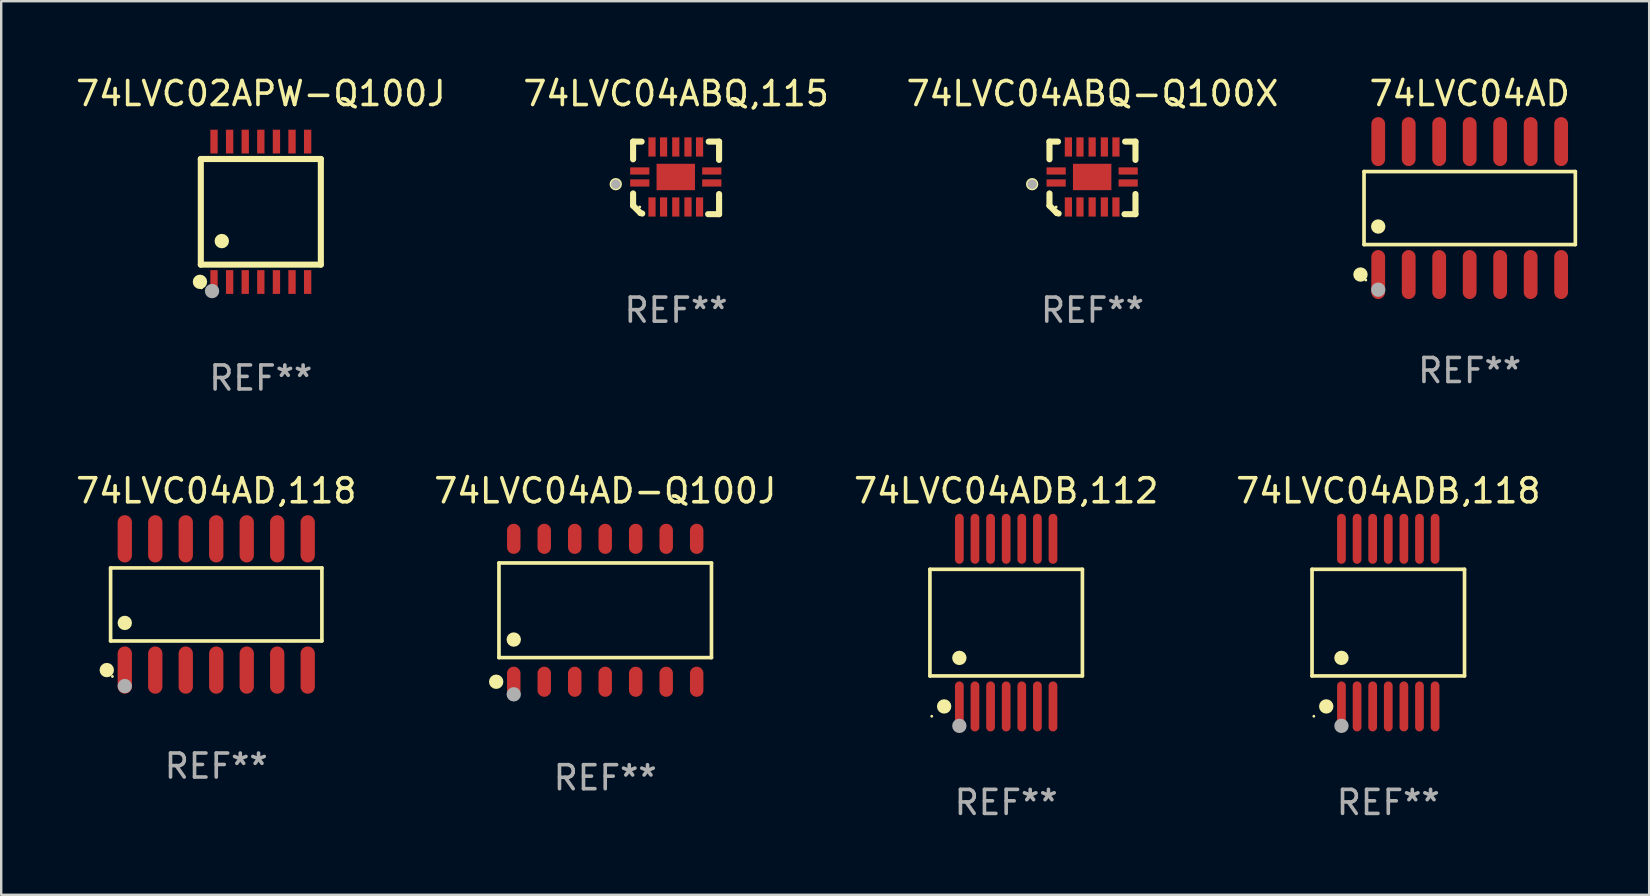
<source format=kicad_pcb>
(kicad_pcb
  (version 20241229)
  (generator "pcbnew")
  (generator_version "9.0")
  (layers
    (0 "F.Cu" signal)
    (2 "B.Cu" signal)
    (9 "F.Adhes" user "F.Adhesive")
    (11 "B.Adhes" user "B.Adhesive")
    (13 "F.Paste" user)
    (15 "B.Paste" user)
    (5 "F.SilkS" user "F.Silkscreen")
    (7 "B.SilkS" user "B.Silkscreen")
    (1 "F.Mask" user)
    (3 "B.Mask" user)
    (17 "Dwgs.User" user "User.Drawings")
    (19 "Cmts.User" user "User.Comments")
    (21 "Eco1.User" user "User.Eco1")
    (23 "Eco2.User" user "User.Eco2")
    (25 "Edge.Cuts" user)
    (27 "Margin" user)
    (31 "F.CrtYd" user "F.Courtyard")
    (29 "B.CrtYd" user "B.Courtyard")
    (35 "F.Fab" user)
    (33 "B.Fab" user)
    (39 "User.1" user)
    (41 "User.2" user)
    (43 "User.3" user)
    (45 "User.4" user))
  (footprint "74LVC04AD-Q100J"
    (layer "F.Cu")
    (at 22.161 22.372)
    (property "Reference" "74LVC04AD-Q100J" (at 0 -4.977 0) (layer "F.SilkS") (effects (font (size 1 1) (thickness 0.15))))
    (attr through_hole)
    (fp_line (start -4.426 -1.971) (end 4.426 -1.971) (stroke (width 0.152) (type solid)) (layer "F.SilkS"))
    (fp_line (start -4.426 1.971) (end -4.426 -1.971) (stroke (width 0.152) (type solid)) (layer "F.SilkS"))
    (fp_line (start 4.426 -1.971) (end 4.426 1.971) (stroke (width 0.152) (type solid)) (layer "F.SilkS"))
    (fp_line (start 4.426 1.971) (end -4.426 1.971) (stroke (width 0.152) (type solid)) (layer "F.SilkS"))
    (fp_circle (center -4.542 2.977) (end -4.392 2.977) (stroke (width 0.3) (type solid)) (fill no) (layer "F.SilkS"))
    (fp_circle (center -4.35 3.1) (end -4.32 3.1) (stroke (width 0.06) (type solid)) (fill no) (layer "F.SilkS"))
    (fp_circle (center -3.81 1.219) (end -3.66 1.219) (stroke (width 0.3) (type solid)) (fill no) (layer "F.SilkS"))
    (fp_circle (center -3.81 3.5) (end -3.66 3.5) (stroke (width 0.3) (type solid)) (fill no) (layer "F.Fab"))
    (fp_text user "REF**" (at 0 6.977 0) (layer "F.Fab") (effects (font (size 1 1) (thickness 0.15))))
    (pad "1" smd oval (at -3.81 2.977) (size 0.56 1.255) (layers "F.Cu" "F.Mask" "F.Paste"))
    (pad "2" smd oval (at -2.54 2.977) (size 0.56 1.255) (layers "F.Cu" "F.Mask" "F.Paste"))
    (pad "3" smd oval (at -1.27 2.977) (size 0.56 1.255) (layers "F.Cu" "F.Mask" "F.Paste"))
    (pad "4" smd oval (at 0 2.977) (size 0.56 1.255) (layers "F.Cu" "F.Mask" "F.Paste"))
    (pad "5" smd oval (at 1.27 2.977) (size 0.56 1.255) (layers "F.Cu" "F.Mask" "F.Paste"))
    (pad "6" smd oval (at 2.54 2.977) (size 0.56 1.255) (layers "F.Cu" "F.Mask" "F.Paste"))
    (pad "7" smd oval (at 3.81 2.977) (size 0.56 1.255) (layers "F.Cu" "F.Mask" "F.Paste"))
    (pad "8" smd oval (at 3.81 -2.977) (size 0.56 1.255) (layers "F.Cu" "F.Mask" "F.Paste"))
    (pad "9" smd oval (at 2.54 -2.977) (size 0.56 1.255) (layers "F.Cu" "F.Mask" "F.Paste"))
    (pad "10" smd oval (at 1.27 -2.977) (size 0.56 1.255) (layers "F.Cu" "F.Mask" "F.Paste"))
    (pad "11" smd oval (at 0 -2.977) (size 0.56 1.255) (layers "F.Cu" "F.Mask" "F.Paste"))
    (pad "12" smd oval (at -1.27 -2.977) (size 0.56 1.255) (layers "F.Cu" "F.Mask" "F.Paste"))
    (pad "13" smd oval (at -2.54 -2.977) (size 0.56 1.255) (layers "F.Cu" "F.Mask" "F.Paste"))
    (pad "14" smd oval (at -3.81 -2.977) (size 0.56 1.255) (layers "F.Cu" "F.Mask" "F.Paste")))
  (footprint "74LVC04AD"
    (layer "F.Cu")
    (at 58.171 5.617)
    (property "Reference" "74LVC04AD" (at 0 -4.769 0) (layer "F.SilkS") (effects (font (size 1 1) (thickness 0.15))))
    (attr through_hole)
    (fp_line (start -4.401 -1.521) (end 4.401 -1.521) (stroke (width 0.152) (type solid)) (layer "F.SilkS"))
    (fp_line (start -4.401 1.521) (end -4.401 -1.521) (stroke (width 0.152) (type solid)) (layer "F.SilkS"))
    (fp_line (start 4.401 -1.521) (end 4.401 1.521) (stroke (width 0.152) (type solid)) (layer "F.SilkS"))
    (fp_line (start 4.401 1.521) (end -4.401 1.521) (stroke (width 0.152) (type solid)) (layer "F.SilkS"))
    (fp_circle (center -4.549 2.769) (end -4.399 2.769) (stroke (width 0.3) (type solid)) (fill no) (layer "F.SilkS"))
    (fp_circle (center -4.325 3) (end -4.295 3) (stroke (width 0.06) (type solid)) (fill no) (layer "F.SilkS"))
    (fp_circle (center -3.81 0.769) (end -3.66 0.769) (stroke (width 0.3) (type solid)) (fill no) (layer "F.SilkS"))
    (fp_circle (center -3.81 3.4) (end -3.66 3.4) (stroke (width 0.3) (type solid)) (fill no) (layer "F.Fab"))
    (fp_text user "REF**" (at 0 6.769 0) (layer "F.Fab") (effects (font (size 1 1) (thickness 0.15))))
    (pad "1" smd oval (at -3.81 2.769) (size 0.574 2.038) (layers "F.Cu" "F.Mask" "F.Paste"))
    (pad "2" smd oval (at -2.54 2.769) (size 0.574 2.038) (layers "F.Cu" "F.Mask" "F.Paste"))
    (pad "3" smd oval (at -1.27 2.769) (size 0.574 2.038) (layers "F.Cu" "F.Mask" "F.Paste"))
    (pad "4" smd oval (at 0 2.769) (size 0.574 2.038) (layers "F.Cu" "F.Mask" "F.Paste"))
    (pad "5" smd oval (at 1.27 2.769) (size 0.574 2.038) (layers "F.Cu" "F.Mask" "F.Paste"))
    (pad "6" smd oval (at 2.54 2.769) (size 0.574 2.038) (layers "F.Cu" "F.Mask" "F.Paste"))
    (pad "7" smd oval (at 3.81 2.769) (size 0.574 2.038) (layers "F.Cu" "F.Mask" "F.Paste"))
    (pad "8" smd oval (at 3.81 -2.769) (size 0.574 2.038) (layers "F.Cu" "F.Mask" "F.Paste"))
    (pad "9" smd oval (at 2.54 -2.769) (size 0.574 2.038) (layers "F.Cu" "F.Mask" "F.Paste"))
    (pad "10" smd oval (at 1.27 -2.769) (size 0.574 2.038) (layers "F.Cu" "F.Mask" "F.Paste"))
    (pad "11" smd oval (at 0 -2.769) (size 0.574 2.038) (layers "F.Cu" "F.Mask" "F.Paste"))
    (pad "12" smd oval (at -1.27 -2.769) (size 0.574 2.038) (layers "F.Cu" "F.Mask" "F.Paste"))
    (pad "13" smd oval (at -2.54 -2.769) (size 0.574 2.038) (layers "F.Cu" "F.Mask" "F.Paste"))
    (pad "14" smd oval (at -3.81 -2.769) (size 0.574 2.038) (layers "F.Cu" "F.Mask" "F.Paste")))
  (footprint "74LVC02APW-Q100J"
    (layer "F.Cu")
    (at 7.815 5.773)
    (property "Reference" "74LVC02APW-Q100J" (at 0 -4.925 0) (layer "F.SilkS") (effects (font (size 1 1) (thickness 0.15))))
    (attr through_hole)
    (fp_line (start -2.5 2.2) (end -2.5 -2.2) (stroke (width 0.254) (type solid)) (layer "F.SilkS"))
    (fp_line (start -2.5 2.2) (end 2.5 2.2) (stroke (width 0.254) (type solid)) (layer "F.SilkS"))
    (fp_line (start 2.5 -2.2) (end -2.5 -2.2) (stroke (width 0.254) (type solid)) (layer "F.SilkS"))
    (fp_line (start 2.5 -2.2) (end 2.5 2.2) (stroke (width 0.254) (type solid)) (layer "F.SilkS"))
    (fp_circle (center -2.536 2.917) (end -2.386 2.917) (stroke (width 0.3) (type solid)) (fill no) (layer "F.SilkS"))
    (fp_circle (center -2.47 3.17) (end -2.44 3.17) (stroke (width 0.06) (type solid)) (fill no) (layer "F.SilkS"))
    (fp_circle (center -1.626 1.219) (end -1.475 1.219) (stroke (width 0.3) (type solid)) (fill no) (layer "F.SilkS"))
    (fp_circle (center -2.032 3.302) (end -1.882 3.302) (stroke (width 0.3) (type solid)) (fill no) (layer "F.Fab"))
    (fp_text user "REF**" (at 0 6.925 0) (layer "F.Fab") (effects (font (size 1 1) (thickness 0.15))))
    (pad "1" smd rect (at -1.95 2.925) (size 0.305 0.991) (layers "F.Cu" "F.Mask" "F.Paste"))
    (pad "2" smd rect (at -1.3 2.925) (size 0.305 0.991) (layers "F.Cu" "F.Mask" "F.Paste"))
    (pad "3" smd rect (at -0.65 2.925) (size 0.305 0.991) (layers "F.Cu" "F.Mask" "F.Paste"))
    (pad "4" smd rect (at 0 2.925) (size 0.305 0.991) (layers "F.Cu" "F.Mask" "F.Paste"))
    (pad "5" smd rect (at 0.65 2.925) (size 0.305 0.991) (layers "F.Cu" "F.Mask" "F.Paste"))
    (pad "6" smd rect (at 1.3 2.925) (size 0.305 0.991) (layers "F.Cu" "F.Mask" "F.Paste"))
    (pad "7" smd rect (at 1.95 2.925) (size 0.305 0.991) (layers "F.Cu" "F.Mask" "F.Paste"))
    (pad "8" smd rect (at 1.95 -2.925) (size 0.305 0.991) (layers "F.Cu" "F.Mask" "F.Paste"))
    (pad "9" smd rect (at 1.3 -2.925) (size 0.305 0.991) (layers "F.Cu" "F.Mask" "F.Paste"))
    (pad "10" smd rect (at 0.65 -2.925) (size 0.305 0.991) (layers "F.Cu" "F.Mask" "F.Paste"))
    (pad "11" smd rect (at 0 -2.925) (size 0.305 0.991) (layers "F.Cu" "F.Mask" "F.Paste"))
    (pad "12" smd rect (at -0.65 -2.925) (size 0.305 0.991) (layers "F.Cu" "F.Mask" "F.Paste"))
    (pad "13" smd rect (at -1.3 -2.925) (size 0.305 0.991) (layers "F.Cu" "F.Mask" "F.Paste"))
    (pad "14" smd rect (at -1.95 -2.925) (size 0.305 0.991) (layers "F.Cu" "F.Mask" "F.Paste")))
  (footprint "74LVC04AD,118"
    (layer "F.Cu")
    (at 5.958 22.129)
    (property "Reference" "74LVC04AD,118" (at 0 -4.734 0) (layer "F.SilkS") (effects (font (size 1 1) (thickness 0.15))))
    (attr through_hole)
    (fp_line (start -4.401 -1.521) (end 4.401 -1.521) (stroke (width 0.152) (type solid)) (layer "F.SilkS"))
    (fp_line (start -4.401 1.521) (end -4.401 -1.521) (stroke (width 0.152) (type solid)) (layer "F.SilkS"))
    (fp_line (start 4.401 -1.521) (end 4.401 1.521) (stroke (width 0.152) (type solid)) (layer "F.SilkS"))
    (fp_line (start 4.401 1.521) (end -4.401 1.521) (stroke (width 0.152) (type solid)) (layer "F.SilkS"))
    (fp_circle (center -4.56 2.734) (end -4.41 2.734) (stroke (width 0.3) (type solid)) (fill no) (layer "F.SilkS"))
    (fp_circle (center -4.325 3) (end -4.295 3) (stroke (width 0.06) (type solid)) (fill no) (layer "F.SilkS"))
    (fp_circle (center -3.81 0.769) (end -3.66 0.769) (stroke (width 0.3) (type solid)) (fill no) (layer "F.SilkS"))
    (fp_circle (center -3.81 3.4) (end -3.66 3.4) (stroke (width 0.3) (type solid)) (fill no) (layer "F.Fab"))
    (fp_text user "REF**" (at 0 6.734 0) (layer "F.Fab") (effects (font (size 1 1) (thickness 0.15))))
    (pad "1" smd oval (at -3.81 2.734) (size 0.595 1.968) (layers "F.Cu" "F.Mask" "F.Paste"))
    (pad "2" smd oval (at -2.54 2.734) (size 0.595 1.968) (layers "F.Cu" "F.Mask" "F.Paste"))
    (pad "3" smd oval (at -1.27 2.734) (size 0.595 1.968) (layers "F.Cu" "F.Mask" "F.Paste"))
    (pad "4" smd oval (at 0 2.734) (size 0.595 1.968) (layers "F.Cu" "F.Mask" "F.Paste"))
    (pad "5" smd oval (at 1.27 2.734) (size 0.595 1.968) (layers "F.Cu" "F.Mask" "F.Paste"))
    (pad "6" smd oval (at 2.54 2.734) (size 0.595 1.968) (layers "F.Cu" "F.Mask" "F.Paste"))
    (pad "7" smd oval (at 3.81 2.734) (size 0.595 1.968) (layers "F.Cu" "F.Mask" "F.Paste"))
    (pad "8" smd oval (at 3.81 -2.734) (size 0.595 1.968) (layers "F.Cu" "F.Mask" "F.Paste"))
    (pad "9" smd oval (at 2.54 -2.734) (size 0.595 1.968) (layers "F.Cu" "F.Mask" "F.Paste"))
    (pad "10" smd oval (at 1.27 -2.734) (size 0.595 1.968) (layers "F.Cu" "F.Mask" "F.Paste"))
    (pad "11" smd oval (at 0 -2.734) (size 0.595 1.968) (layers "F.Cu" "F.Mask" "F.Paste"))
    (pad "12" smd oval (at -1.27 -2.734) (size 0.595 1.968) (layers "F.Cu" "F.Mask" "F.Paste"))
    (pad "13" smd oval (at -2.54 -2.734) (size 0.595 1.968) (layers "F.Cu" "F.Mask" "F.Paste"))
    (pad "14" smd oval (at -3.81 -2.734) (size 0.595 1.968) (layers "F.Cu" "F.Mask" "F.Paste")))
  (footprint "74LVC04ADB,112"
    (layer "F.Cu")
    (at 38.863 22.886)
    (property "Reference" "74LVC04ADB,112" (at 0 -5.491 0) (layer "F.SilkS") (effects (font (size 1 1) (thickness 0.15))))
    (attr through_hole)
    (fp_line (start -3.176 -2.221) (end 3.176 -2.221) (stroke (width 0.152) (type solid)) (layer "F.SilkS"))
    (fp_line (start -3.176 2.221) (end -3.176 -2.221) (stroke (width 0.152) (type solid)) (layer "F.SilkS"))
    (fp_line (start 3.176 -2.221) (end 3.176 2.221) (stroke (width 0.152) (type solid)) (layer "F.SilkS"))
    (fp_line (start 3.176 2.221) (end -3.176 2.221) (stroke (width 0.152) (type solid)) (layer "F.SilkS"))
    (fp_circle (center -3.1 3.9) (end -3.07 3.9) (stroke (width 0.06) (type solid)) (fill no) (layer "F.SilkS"))
    (fp_circle (center -2.584 3.491) (end -2.434 3.491) (stroke (width 0.3) (type solid)) (fill no) (layer "F.SilkS"))
    (fp_circle (center -1.95 1.469) (end -1.8 1.469) (stroke (width 0.3) (type solid)) (fill no) (layer "F.SilkS"))
    (fp_circle (center -1.95 4.3) (end -1.8 4.3) (stroke (width 0.3) (type solid)) (fill no) (layer "F.Fab"))
    (fp_text user "REF**" (at 0 7.491 0) (layer "F.Fab") (effects (font (size 1 1) (thickness 0.15))))
    (pad "1" smd oval (at -1.95 3.491) (size 0.364 2.082) (layers "F.Cu" "F.Mask" "F.Paste"))
    (pad "2" smd oval (at -1.3 3.491) (size 0.364 2.082) (layers "F.Cu" "F.Mask" "F.Paste"))
    (pad "3" smd oval (at -0.65 3.491) (size 0.364 2.082) (layers "F.Cu" "F.Mask" "F.Paste"))
    (pad "4" smd oval (at 0 3.491) (size 0.364 2.082) (layers "F.Cu" "F.Mask" "F.Paste"))
    (pad "5" smd oval (at 0.65 3.491) (size 0.364 2.082) (layers "F.Cu" "F.Mask" "F.Paste"))
    (pad "6" smd oval (at 1.3 3.491) (size 0.364 2.082) (layers "F.Cu" "F.Mask" "F.Paste"))
    (pad "7" smd oval (at 1.95 3.491) (size 0.364 2.082) (layers "F.Cu" "F.Mask" "F.Paste"))
    (pad "8" smd oval (at 1.95 -3.491) (size 0.364 2.082) (layers "F.Cu" "F.Mask" "F.Paste"))
    (pad "9" smd oval (at 1.3 -3.491) (size 0.364 2.082) (layers "F.Cu" "F.Mask" "F.Paste"))
    (pad "10" smd oval (at 0.65 -3.491) (size 0.364 2.082) (layers "F.Cu" "F.Mask" "F.Paste"))
    (pad "11" smd oval (at 0 -3.491) (size 0.364 2.082) (layers "F.Cu" "F.Mask" "F.Paste"))
    (pad "12" smd oval (at -0.65 -3.491) (size 0.364 2.082) (layers "F.Cu" "F.Mask" "F.Paste"))
    (pad "13" smd oval (at -1.3 -3.491) (size 0.364 2.082) (layers "F.Cu" "F.Mask" "F.Paste"))
    (pad "14" smd oval (at -1.95 -3.491) (size 0.364 2.082) (layers "F.Cu" "F.Mask" "F.Paste")))
  (footprint "74LVC04ABQ,115"
    (layer "F.Cu")
    (at 25.113 4.36)
    (property "Reference" "74LVC04ABQ,115" (at 0 -3.511 0) (layer "F.SilkS") (effects (font (size 1 1) (thickness 0.15))))
    (attr through_hole)
    (fp_line (start -1.791 -1.511) (end -1.435 -1.511) (stroke (width 0.254) (type solid)) (layer "F.SilkS"))
    (fp_line (start -1.791 -0.775) (end -1.791 -1.511) (stroke (width 0.254) (type solid)) (layer "F.SilkS"))
    (fp_line (start -1.791 1.156) (end -1.791 0.648) (stroke (width 0.254) (type solid)) (layer "F.SilkS"))
    (fp_line (start -1.486 1.461) (end -1.791 1.156) (stroke (width 0.254) (type solid)) (layer "F.SilkS"))
    (fp_line (start -1.41 1.486) (end -1.486 1.461) (stroke (width 0.254) (type solid)) (layer "F.SilkS"))
    (fp_line (start 1.334 1.511) (end 1.791 1.511) (stroke (width 0.254) (type solid)) (layer "F.SilkS"))
    (fp_line (start 1.791 -1.511) (end 1.359 -1.511) (stroke (width 0.254) (type solid)) (layer "F.SilkS"))
    (fp_line (start 1.791 -0.749) (end 1.791 -1.511) (stroke (width 0.254) (type solid)) (layer "F.SilkS"))
    (fp_line (start 1.791 1.511) (end 1.791 0.673) (stroke (width 0.254) (type solid)) (layer "F.SilkS"))
    (fp_circle (center -2.513 0.262) (end -2.383 0.262) (stroke (width 0.254) (type solid)) (fill no) (layer "F.SilkS"))
    (fp_circle (center -1.513 1.212) (end -1.483 1.212) (stroke (width 0.06) (type solid)) (fill no) (layer "F.SilkS"))
    (fp_circle (center -2.513 0.262) (end -2.413 0.262) (stroke (width 0.2) (type solid)) (fill no) (layer "F.Fab"))
    (fp_text user "REF**" (at 0 5.511 0) (layer "F.Fab") (effects (font (size 1 1) (thickness 0.15))))
    (pad "1" smd rect (at -1.513 0.212) (size 0.8 0.3) (layers "F.Cu" "F.Mask" "F.Paste"))
    (pad "2" smd rect (at -1.003 1.212) (size 0.3 0.8) (layers "F.Cu" "F.Mask" "F.Paste"))
    (pad "3" smd rect (at -0.521 1.212) (size 0.3 0.8) (layers "F.Cu" "F.Mask" "F.Paste"))
    (pad "4" smd rect (at -0.013 1.212) (size 0.3 0.8) (layers "F.Cu" "F.Mask" "F.Paste"))
    (pad "5" smd rect (at 0.495 1.212) (size 0.3 0.8) (layers "F.Cu" "F.Mask" "F.Paste"))
    (pad "6" smd rect (at 0.978 1.212) (size 0.3 0.8) (layers "F.Cu" "F.Mask" "F.Paste"))
    (pad "7" smd rect (at 1.487 0.212) (size 0.8 0.3) (layers "F.Cu" "F.Mask" "F.Paste"))
    (pad "8" smd rect (at 1.487 -0.288) (size 0.8 0.3) (layers "F.Cu" "F.Mask" "F.Paste"))
    (pad "9" smd rect (at 0.978 -1.288) (size 0.3 0.8) (layers "F.Cu" "F.Mask" "F.Paste"))
    (pad "10" smd rect (at 0.495 -1.288) (size 0.3 0.8) (layers "F.Cu" "F.Mask" "F.Paste"))
    (pad "11" smd rect (at -0.013 -1.288) (size 0.3 0.8) (layers "F.Cu" "F.Mask" "F.Paste"))
    (pad "12" smd rect (at -0.521 -1.288) (size 0.3 0.8) (layers "F.Cu" "F.Mask" "F.Paste"))
    (pad "13" smd rect (at -1.003 -1.288) (size 0.3 0.8) (layers "F.Cu" "F.Mask" "F.Paste"))
    (pad "14" smd rect (at -1.513 -0.288) (size 0.8 0.3) (layers "F.Cu" "F.Mask" "F.Paste"))
    (pad "15" smd rect (at -0.013 -0.038 90) (size 1.1 1.6) (layers "F.Cu" "F.Mask" "F.Paste")))
  (footprint "74LVC04ABQ-Q100X"
    (layer "F.Cu")
    (at 42.458 4.36)
    (property "Reference" "74LVC04ABQ-Q100X" (at 0 -3.511 0) (layer "F.SilkS") (effects (font (size 1 1) (thickness 0.15))))
    (attr through_hole)
    (fp_line (start -1.791 -1.511) (end -1.435 -1.511) (stroke (width 0.254) (type solid)) (layer "F.SilkS"))
    (fp_line (start -1.791 -0.775) (end -1.791 -1.511) (stroke (width 0.254) (type solid)) (layer "F.SilkS"))
    (fp_line (start -1.791 1.156) (end -1.791 0.648) (stroke (width 0.254) (type solid)) (layer "F.SilkS"))
    (fp_line (start -1.486 1.461) (end -1.791 1.156) (stroke (width 0.254) (type solid)) (layer "F.SilkS"))
    (fp_line (start -1.41 1.486) (end -1.486 1.461) (stroke (width 0.254) (type solid)) (layer "F.SilkS"))
    (fp_line (start 1.334 1.511) (end 1.791 1.511) (stroke (width 0.254) (type solid)) (layer "F.SilkS"))
    (fp_line (start 1.791 -1.511) (end 1.359 -1.511) (stroke (width 0.254) (type solid)) (layer "F.SilkS"))
    (fp_line (start 1.791 -0.749) (end 1.791 -1.511) (stroke (width 0.254) (type solid)) (layer "F.SilkS"))
    (fp_line (start 1.791 1.511) (end 1.791 0.673) (stroke (width 0.254) (type solid)) (layer "F.SilkS"))
    (fp_circle (center -2.513 0.262) (end -2.383 0.262) (stroke (width 0.254) (type solid)) (fill no) (layer "F.SilkS"))
    (fp_circle (center -1.513 1.212) (end -1.483 1.212) (stroke (width 0.06) (type solid)) (fill no) (layer "F.SilkS"))
    (fp_circle (center -2.513 0.262) (end -2.413 0.262) (stroke (width 0.2) (type solid)) (fill no) (layer "F.Fab"))
    (fp_text user "REF**" (at 0 5.511 0) (layer "F.Fab") (effects (font (size 1 1) (thickness 0.15))))
    (pad "1" smd rect (at -1.513 0.212) (size 0.8 0.3) (layers "F.Cu" "F.Mask" "F.Paste"))
    (pad "2" smd rect (at -1.003 1.212) (size 0.3 0.8) (layers "F.Cu" "F.Mask" "F.Paste"))
    (pad "3" smd rect (at -0.521 1.212) (size 0.3 0.8) (layers "F.Cu" "F.Mask" "F.Paste"))
    (pad "4" smd rect (at -0.013 1.212) (size 0.3 0.8) (layers "F.Cu" "F.Mask" "F.Paste"))
    (pad "5" smd rect (at 0.495 1.212) (size 0.3 0.8) (layers "F.Cu" "F.Mask" "F.Paste"))
    (pad "6" smd rect (at 0.978 1.212) (size 0.3 0.8) (layers "F.Cu" "F.Mask" "F.Paste"))
    (pad "7" smd rect (at 1.487 0.212) (size 0.8 0.3) (layers "F.Cu" "F.Mask" "F.Paste"))
    (pad "8" smd rect (at 1.487 -0.288) (size 0.8 0.3) (layers "F.Cu" "F.Mask" "F.Paste"))
    (pad "9" smd rect (at 0.978 -1.288) (size 0.3 0.8) (layers "F.Cu" "F.Mask" "F.Paste"))
    (pad "10" smd rect (at 0.495 -1.288) (size 0.3 0.8) (layers "F.Cu" "F.Mask" "F.Paste"))
    (pad "11" smd rect (at -0.013 -1.288) (size 0.3 0.8) (layers "F.Cu" "F.Mask" "F.Paste"))
    (pad "12" smd rect (at -0.521 -1.288) (size 0.3 0.8) (layers "F.Cu" "F.Mask" "F.Paste"))
    (pad "13" smd rect (at -1.003 -1.288) (size 0.3 0.8) (layers "F.Cu" "F.Mask" "F.Paste"))
    (pad "14" smd rect (at -1.513 -0.288) (size 0.8 0.3) (layers "F.Cu" "F.Mask" "F.Paste"))
    (pad "15" smd rect (at -0.013 -0.038 90) (size 1.1 1.6) (layers "F.Cu" "F.Mask" "F.Paste")))
  (footprint "74LVC04ADB,118"
    (layer "F.Cu")
    (at 54.78 22.886)
    (property "Reference" "74LVC04ADB,118" (at 0 -5.491 0) (layer "F.SilkS") (effects (font (size 1 1) (thickness 0.15))))
    (attr through_hole)
    (fp_line (start -3.176 -2.221) (end 3.176 -2.221) (stroke (width 0.152) (type solid)) (layer "F.SilkS"))
    (fp_line (start -3.176 2.221) (end -3.176 -2.221) (stroke (width 0.152) (type solid)) (layer "F.SilkS"))
    (fp_line (start 3.176 -2.221) (end 3.176 2.221) (stroke (width 0.152) (type solid)) (layer "F.SilkS"))
    (fp_line (start 3.176 2.221) (end -3.176 2.221) (stroke (width 0.152) (type solid)) (layer "F.SilkS"))
    (fp_circle (center -3.1 3.9) (end -3.07 3.9) (stroke (width 0.06) (type solid)) (fill no) (layer "F.SilkS"))
    (fp_circle (center -2.584 3.491) (end -2.434 3.491) (stroke (width 0.3) (type solid)) (fill no) (layer "F.SilkS"))
    (fp_circle (center -1.95 1.469) (end -1.8 1.469) (stroke (width 0.3) (type solid)) (fill no) (layer "F.SilkS"))
    (fp_circle (center -1.95 4.3) (end -1.8 4.3) (stroke (width 0.3) (type solid)) (fill no) (layer "F.Fab"))
    (fp_text user "REF**" (at 0 7.491 0) (layer "F.Fab") (effects (font (size 1 1) (thickness 0.15))))
    (pad "1" smd oval (at -1.95 3.491) (size 0.364 2.082) (layers "F.Cu" "F.Mask" "F.Paste"))
    (pad "2" smd oval (at -1.3 3.491) (size 0.364 2.082) (layers "F.Cu" "F.Mask" "F.Paste"))
    (pad "3" smd oval (at -0.65 3.491) (size 0.364 2.082) (layers "F.Cu" "F.Mask" "F.Paste"))
    (pad "4" smd oval (at 0 3.491) (size 0.364 2.082) (layers "F.Cu" "F.Mask" "F.Paste"))
    (pad "5" smd oval (at 0.65 3.491) (size 0.364 2.082) (layers "F.Cu" "F.Mask" "F.Paste"))
    (pad "6" smd oval (at 1.3 3.491) (size 0.364 2.082) (layers "F.Cu" "F.Mask" "F.Paste"))
    (pad "7" smd oval (at 1.95 3.491) (size 0.364 2.082) (layers "F.Cu" "F.Mask" "F.Paste"))
    (pad "8" smd oval (at 1.95 -3.491) (size 0.364 2.082) (layers "F.Cu" "F.Mask" "F.Paste"))
    (pad "9" smd oval (at 1.3 -3.491) (size 0.364 2.082) (layers "F.Cu" "F.Mask" "F.Paste"))
    (pad "10" smd oval (at 0.65 -3.491) (size 0.364 2.082) (layers "F.Cu" "F.Mask" "F.Paste"))
    (pad "11" smd oval (at 0 -3.491) (size 0.364 2.082) (layers "F.Cu" "F.Mask" "F.Paste"))
    (pad "12" smd oval (at -0.65 -3.491) (size 0.364 2.082) (layers "F.Cu" "F.Mask" "F.Paste"))
    (pad "13" smd oval (at -1.3 -3.491) (size 0.364 2.082) (layers "F.Cu" "F.Mask" "F.Paste"))
    (pad "14" smd oval (at -1.95 -3.491) (size 0.364 2.082) (layers "F.Cu" "F.Mask" "F.Paste")))
  (gr_rect
    (start -3 -3)
    (end 65.648 34.225)
    (stroke (width 0.1) (type default))
    (fill no)
    (layer "Edge.Cuts")))
</source>
